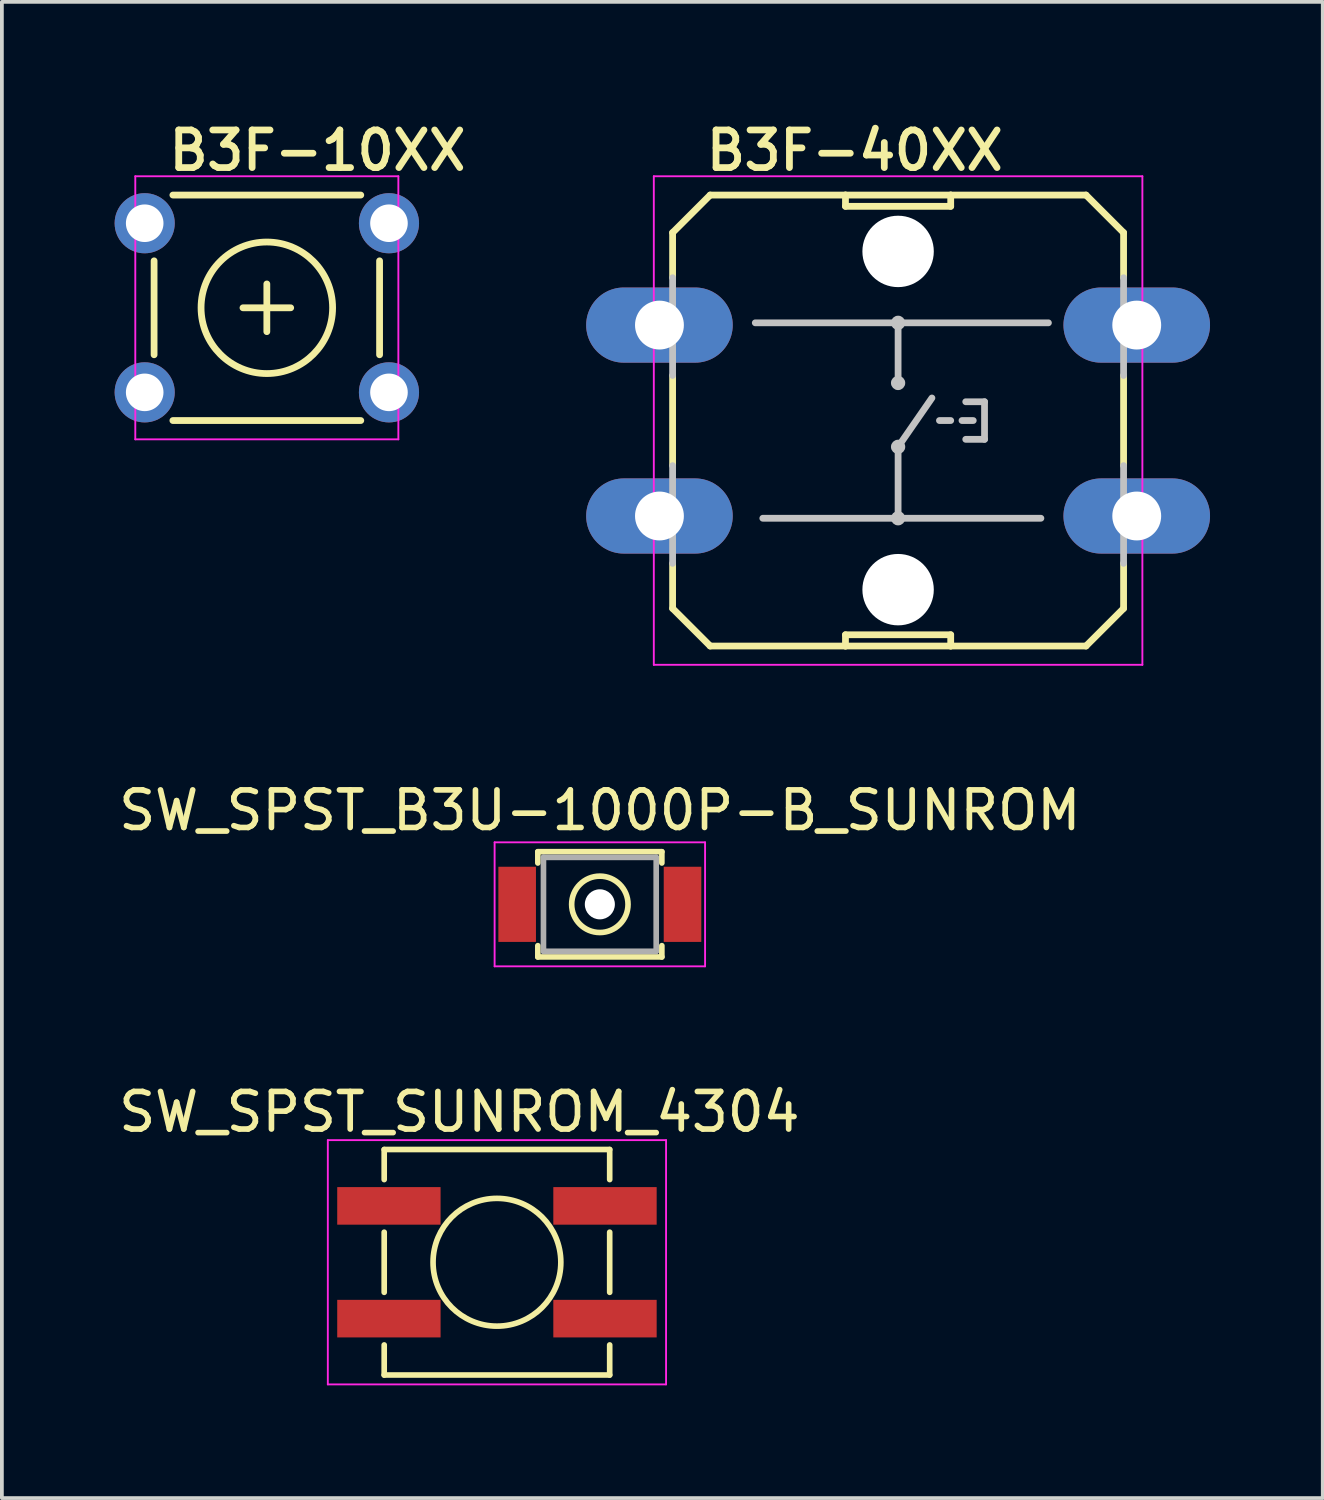
<source format=kicad_pcb>
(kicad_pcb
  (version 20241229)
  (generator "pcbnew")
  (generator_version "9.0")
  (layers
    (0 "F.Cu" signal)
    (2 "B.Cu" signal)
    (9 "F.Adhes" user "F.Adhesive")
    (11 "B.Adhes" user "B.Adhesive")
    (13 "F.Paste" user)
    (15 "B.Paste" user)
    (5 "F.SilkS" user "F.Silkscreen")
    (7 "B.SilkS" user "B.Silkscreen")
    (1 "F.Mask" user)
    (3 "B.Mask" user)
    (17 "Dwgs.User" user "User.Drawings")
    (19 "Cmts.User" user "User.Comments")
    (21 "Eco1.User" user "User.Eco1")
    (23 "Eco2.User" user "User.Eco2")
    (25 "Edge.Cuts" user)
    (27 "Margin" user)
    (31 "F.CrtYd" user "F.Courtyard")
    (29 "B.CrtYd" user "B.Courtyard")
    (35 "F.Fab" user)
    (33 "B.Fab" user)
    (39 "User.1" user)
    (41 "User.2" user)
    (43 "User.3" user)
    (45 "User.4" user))
  (footprint "B3F-40XX"
    (layer "F.Cu")
    (at 20.847 8.14)
    (property "Reference" "B3F-40XX" (at -5.2 -6.6 0) (layer "F.SilkS") (effects (font (size 1 1) (thickness 0.18)) (justify left bottom)))
    (attr through_hole)
    (fp_line (start -6 -5) (end -6 -3.8) (stroke (width 0.18) (type solid)) (layer "F.SilkS"))
    (fp_line (start -6 -1.2) (end -6 1.2) (stroke (width 0.18) (type solid)) (layer "F.SilkS"))
    (fp_line (start -6 3.8) (end -6 5) (stroke (width 0.18) (type solid)) (layer "F.SilkS"))
    (fp_line (start -6 5) (end -5 6) (stroke (width 0.18) (type solid)) (layer "F.SilkS"))
    (fp_line (start -5 -6) (end -6 -5) (stroke (width 0.18) (type solid)) (layer "F.SilkS"))
    (fp_line (start -1.4 -6) (end -5 -6) (stroke (width 0.18) (type solid)) (layer "F.SilkS"))
    (fp_line (start -1.4 -6) (end -1.4 -5.7) (stroke (width 0.18) (type solid)) (layer "F.SilkS"))
    (fp_line (start -1.4 -5.7) (end 1.4 -5.7) (stroke (width 0.18) (type solid)) (layer "F.SilkS"))
    (fp_line (start -1.4 5.7) (end 1.4 5.7) (stroke (width 0.18) (type solid)) (layer "F.SilkS"))
    (fp_line (start -1.4 6) (end -5 6) (stroke (width 0.18) (type solid)) (layer "F.SilkS"))
    (fp_line (start -1.4 6) (end -1.4 5.7) (stroke (width 0.18) (type solid)) (layer "F.SilkS"))
    (fp_line (start 1.4 -6) (end -1.4 -6) (stroke (width 0.18) (type solid)) (layer "F.SilkS"))
    (fp_line (start 1.4 -5.7) (end 1.4 -6) (stroke (width 0.18) (type solid)) (layer "F.SilkS"))
    (fp_line (start 1.4 5.7) (end 1.4 6) (stroke (width 0.18) (type solid)) (layer "F.SilkS"))
    (fp_line (start 1.4 6) (end -1.4 6) (stroke (width 0.18) (type solid)) (layer "F.SilkS"))
    (fp_line (start 5 -6) (end 1.4 -6) (stroke (width 0.18) (type solid)) (layer "F.SilkS"))
    (fp_line (start 5 6) (end 1.4 6) (stroke (width 0.18) (type solid)) (layer "F.SilkS"))
    (fp_line (start 5 6) (end 6 5) (stroke (width 0.18) (type solid)) (layer "F.SilkS"))
    (fp_line (start 6 -5) (end 5 -6) (stroke (width 0.18) (type solid)) (layer "F.SilkS"))
    (fp_line (start 6 -5) (end 6 -3.8) (stroke (width 0.18) (type solid)) (layer "F.SilkS"))
    (fp_line (start 6 -1.2) (end 6 1.2) (stroke (width 0.18) (type solid)) (layer "F.SilkS"))
    (fp_line (start 6 5) (end 6 3.8) (stroke (width 0.18) (type solid)) (layer "F.SilkS"))
    (fp_line (start -6 -1.2) (end -6 -3.8) (stroke (width 0.18) (type solid)) (layer "Dwgs.User"))
    (fp_line (start -6 3.8) (end -6 1.2) (stroke (width 0.18) (type solid)) (layer "Dwgs.User"))
    (fp_line (start -3.8 -2.6) (end 0 -2.6) (stroke (width 0.18) (type solid)) (layer "Dwgs.User"))
    (fp_line (start -3.6 2.6) (end 0 2.6) (stroke (width 0.18) (type solid)) (layer "Dwgs.User"))
    (fp_line (start 0 -2.6) (end 0 -1) (stroke (width 0.18) (type solid)) (layer "Dwgs.User"))
    (fp_line (start 0 -2.6) (end 4 -2.6) (stroke (width 0.18) (type solid)) (layer "Dwgs.User"))
    (fp_line (start 0 0.7) (end 0.9 -0.6) (stroke (width 0.18) (type solid)) (layer "Dwgs.User"))
    (fp_line (start 0 2.6) (end 0 0.7) (stroke (width 0.18) (type solid)) (layer "Dwgs.User"))
    (fp_line (start 0 2.6) (end 3.8 2.6) (stroke (width 0.18) (type solid)) (layer "Dwgs.User"))
    (fp_line (start 1.1 0) (end 1.4 0) (stroke (width 0.18) (type solid)) (layer "Dwgs.User"))
    (fp_line (start 1.7 0) (end 2 0) (stroke (width 0.18) (type solid)) (layer "Dwgs.User"))
    (fp_line (start 1.8 -0.5) (end 2.3 -0.5) (stroke (width 0.18) (type solid)) (layer "Dwgs.User"))
    (fp_line (start 2.3 -0.5) (end 2.3 0.5) (stroke (width 0.18) (type solid)) (layer "Dwgs.User"))
    (fp_line (start 2.3 0.5) (end 1.8 0.5) (stroke (width 0.18) (type solid)) (layer "Dwgs.User"))
    (fp_line (start 6 -1.2) (end 6 -3.8) (stroke (width 0.18) (type solid)) (layer "Dwgs.User"))
    (fp_line (start 6 3.8) (end 6 1.2) (stroke (width 0.18) (type solid)) (layer "Dwgs.User"))
    (fp_circle (center 0 -2.6) (end 0.1 -2.6) (stroke (width 0.18) (type solid)) (fill no) (layer "Dwgs.User"))
    (fp_circle (center 0 -1) (end 0.1 -1) (stroke (width 0.18) (type solid)) (fill no) (layer "Dwgs.User"))
    (fp_circle (center 0 0.7) (end 0.1 0.7) (stroke (width 0.18) (type solid)) (fill no) (layer "Dwgs.User"))
    (fp_circle (center 0 2.6) (end 0.1 2.6) (stroke (width 0.18) (type solid)) (fill no) (layer "Dwgs.User"))
    (fp_line (start -6.5 -6.5) (end 6.5 -6.5) (stroke (width 0.05) (type solid)) (layer "F.CrtYd"))
    (fp_line (start -6.5 6.5) (end -6.5 -6.5) (stroke (width 0.05) (type solid)) (layer "F.CrtYd"))
    (fp_line (start 6.5 -6.5) (end 6.5 6.5) (stroke (width 0.05) (type solid)) (layer "F.CrtYd"))
    (fp_line (start 6.5 6.5) (end -6.5 6.5) (stroke (width 0.05) (type solid)) (layer "F.CrtYd"))
    (pad "" np_thru_hole circle (at 0 -4.5) (size 1.9 1.9) (drill 1.9) (layers "*.Cu"))
    (pad "" np_thru_hole circle (at 0 4.5) (size 1.9 1.9) (drill 1.9) (layers "*.Cu"))
    (pad "1" thru_hole oval (at -6.35 -2.54) (size 3.9 2) (drill 1.3) (layers "*.Cu" "*.Mask"))
    (pad "1" thru_hole oval (at 6.35 -2.54) (size 3.9 2) (drill 1.3) (layers "*.Cu" "*.Mask"))
    (pad "2" thru_hole oval (at -6.35 2.54) (size 3.9 2) (drill 1.3) (layers "*.Cu" "*.Mask"))
    (pad "2" thru_hole oval (at 6.35 2.54) (size 3.9 2) (drill 1.3) (layers "*.Cu" "*.Mask")))
  (footprint "SW_SPST_SUNROM_4304"
    (layer "F.Cu")
    (at 10.173 30.537)
    (property "Reference" "SW_SPST_SUNROM_4304" (at -1 -4 0) (layer "F.SilkS") (effects (font (size 1 1) (thickness 0.15))))
    (attr smd)
    (fp_line (start -3 -3) (end -3 -2.2) (stroke (width 0.15) (type solid)) (layer "F.SilkS"))
    (fp_line (start -3 -0.8) (end -3 0.8) (stroke (width 0.15) (type solid)) (layer "F.SilkS"))
    (fp_line (start -3 3) (end -3 2.2) (stroke (width 0.15) (type solid)) (layer "F.SilkS"))
    (fp_line (start -3 3) (end 3 3) (stroke (width 0.15) (type solid)) (layer "F.SilkS"))
    (fp_line (start 3 -3) (end -3 -3) (stroke (width 0.15) (type solid)) (layer "F.SilkS"))
    (fp_line (start 3 -3) (end 3 -2.2) (stroke (width 0.15) (type solid)) (layer "F.SilkS"))
    (fp_line (start 3 -0.8) (end 3 0.8) (stroke (width 0.15) (type solid)) (layer "F.SilkS"))
    (fp_line (start 3 3) (end 3 2.2) (stroke (width 0.15) (type solid)) (layer "F.SilkS"))
    (fp_circle (center 0 0) (end 1.7 0) (stroke (width 0.15) (type solid)) (fill no) (layer "F.SilkS"))
    (fp_line (start -4.5 -3.25) (end 4.5 -3.25) (stroke (width 0.05) (type solid)) (layer "F.CrtYd"))
    (fp_line (start -4.5 3.25) (end -4.5 -3.25) (stroke (width 0.05) (type solid)) (layer "F.CrtYd"))
    (fp_line (start 4.5 -3.25) (end 4.5 3.25) (stroke (width 0.05) (type solid)) (layer "F.CrtYd"))
    (fp_line (start 4.5 3.25) (end -4.5 3.25) (stroke (width 0.05) (type solid)) (layer "F.CrtYd"))
    (pad "1" smd rect (at -2.875 -1.5) (size 2.75 1) (layers "F.Cu" "F.Mask" "F.Paste"))
    (pad "1" smd rect (at 2.875 -1.5) (size 2.75 1) (layers "F.Cu" "F.Mask" "F.Paste"))
    (pad "2" smd rect (at -2.875 1.5) (size 2.75 1) (layers "F.Cu" "F.Mask" "F.Paste"))
    (pad "2" smd rect (at 2.875 1.5) (size 2.75 1) (layers "F.Cu" "F.Mask" "F.Paste")))
  (footprint "SW_SPST_B3U-1000P-B_SUNROM"
    (layer "F.Cu")
    (at 12.911 21.013)
    (property "Reference" "SW_SPST_B3U-1000P-B_SUNROM" (at 0 -2.5 0) (layer "F.SilkS") (effects (font (size 1 1) (thickness 0.15))))
    (attr smd)
    (fp_line (start -1.65 -1.4) (end 1.65 -1.4) (stroke (width 0.15) (type solid)) (layer "F.SilkS"))
    (fp_line (start -1.65 -1.1) (end -1.65 -1.4) (stroke (width 0.15) (type solid)) (layer "F.SilkS"))
    (fp_line (start -1.65 1.1) (end -1.65 1.4) (stroke (width 0.15) (type solid)) (layer "F.SilkS"))
    (fp_line (start -1.65 1.4) (end 1.65 1.4) (stroke (width 0.15) (type solid)) (layer "F.SilkS"))
    (fp_line (start 1.65 -1.4) (end 1.65 -1.1) (stroke (width 0.15) (type solid)) (layer "F.SilkS"))
    (fp_line (start 1.65 1.4) (end 1.65 1.1) (stroke (width 0.15) (type solid)) (layer "F.SilkS"))
    (fp_circle (center 0 0) (end 0.75 0) (stroke (width 0.15) (type solid)) (fill no) (layer "F.SilkS"))
    (fp_line (start -2.8 -1.65) (end -2.8 1.65) (stroke (width 0.05) (type solid)) (layer "F.CrtYd"))
    (fp_line (start -2.8 1.65) (end 2.8 1.65) (stroke (width 0.05) (type solid)) (layer "F.CrtYd"))
    (fp_line (start 2.8 -1.65) (end -2.8 -1.65) (stroke (width 0.05) (type solid)) (layer "F.CrtYd"))
    (fp_line (start 2.8 1.65) (end 2.8 -1.65) (stroke (width 0.05) (type solid)) (layer "F.CrtYd"))
    (fp_line (start -1.5 -1.25) (end 1.5 -1.25) (stroke (width 0.15) (type solid)) (layer "F.Fab"))
    (fp_line (start -1.5 1.25) (end -1.5 -1.25) (stroke (width 0.15) (type solid)) (layer "F.Fab"))
    (fp_line (start 1.5 -1.25) (end 1.5 1.25) (stroke (width 0.15) (type solid)) (layer "F.Fab"))
    (fp_line (start 1.5 1.25) (end -1.5 1.25) (stroke (width 0.15) (type solid)) (layer "F.Fab"))
    (pad "" np_thru_hole circle (at 0 0) (size 0.8 0.8) (drill 0.8) (layers "*.Cu" "*.Mask"))
    (pad "1" smd rect (at -2.2 0) (size 1 2) (layers "F.Cu" "F.Mask" "F.Paste"))
    (pad "2" smd rect (at 2.2 0) (size 1 2) (layers "F.Cu" "F.Mask" "F.Paste")))
  (footprint "B3F-10XX"
    (layer "F.Cu")
    (at 4.05 5.14)
    (property "Reference" "B3F-10XX" (at -2.7 -3.6 0) (layer "F.SilkS") (effects (font (size 1 1) (thickness 0.18)) (justify left bottom)))
    (attr through_hole)
    (fp_line (start -3 1.25) (end -3 -1.25) (stroke (width 0.18) (type solid)) (layer "F.SilkS"))
    (fp_line (start -2.5 -3) (end 2.5 -3) (stroke (width 0.18) (type solid)) (layer "F.SilkS"))
    (fp_line (start -2.5 3) (end 2.5 3) (stroke (width 0.18) (type solid)) (layer "F.SilkS"))
    (fp_line (start -0.635 0) (end 0.635 0) (stroke (width 0.18) (type solid)) (layer "F.SilkS"))
    (fp_line (start 0 -0.635) (end 0 0.635) (stroke (width 0.18) (type solid)) (layer "F.SilkS"))
    (fp_line (start 3 1.25) (end 3 -1.25) (stroke (width 0.18) (type solid)) (layer "F.SilkS"))
    (fp_circle (center 0 0) (end 1.75 0) (stroke (width 0.18) (type solid)) (fill no) (layer "F.SilkS"))
    (fp_line (start -3.5 -3.5) (end 3.5 -3.5) (stroke (width 0.05) (type solid)) (layer "F.CrtYd"))
    (fp_line (start -3.5 3.5) (end -3.5 -3.5) (stroke (width 0.05) (type solid)) (layer "F.CrtYd"))
    (fp_line (start 3.5 -3.5) (end 3.5 3.5) (stroke (width 0.05) (type solid)) (layer "F.CrtYd"))
    (fp_line (start 3.5 3.5) (end -3.5 3.5) (stroke (width 0.05) (type solid)) (layer "F.CrtYd"))
    (pad "1" thru_hole circle (at -3.25 2.25) (size 1.6 1.6) (drill 1) (layers "*.Cu" "*.Mask"))
    (pad "1" thru_hole circle (at 3.25 2.25) (size 1.6 1.6) (drill 1) (layers "*.Cu" "*.Mask"))
    (pad "2" thru_hole circle (at -3.25 -2.25) (size 1.6 1.6) (drill 1) (layers "*.Cu" "*.Mask"))
    (pad "2" thru_hole circle (at 3.25 -2.25) (size 1.6 1.6) (drill 1) (layers "*.Cu" "*.Mask")))
  (gr_rect
    (start -3 -3)
    (end 32.147 36.812)
    (stroke (width 0.1) (type default))
    (fill no)
    (layer "Edge.Cuts")))
</source>
